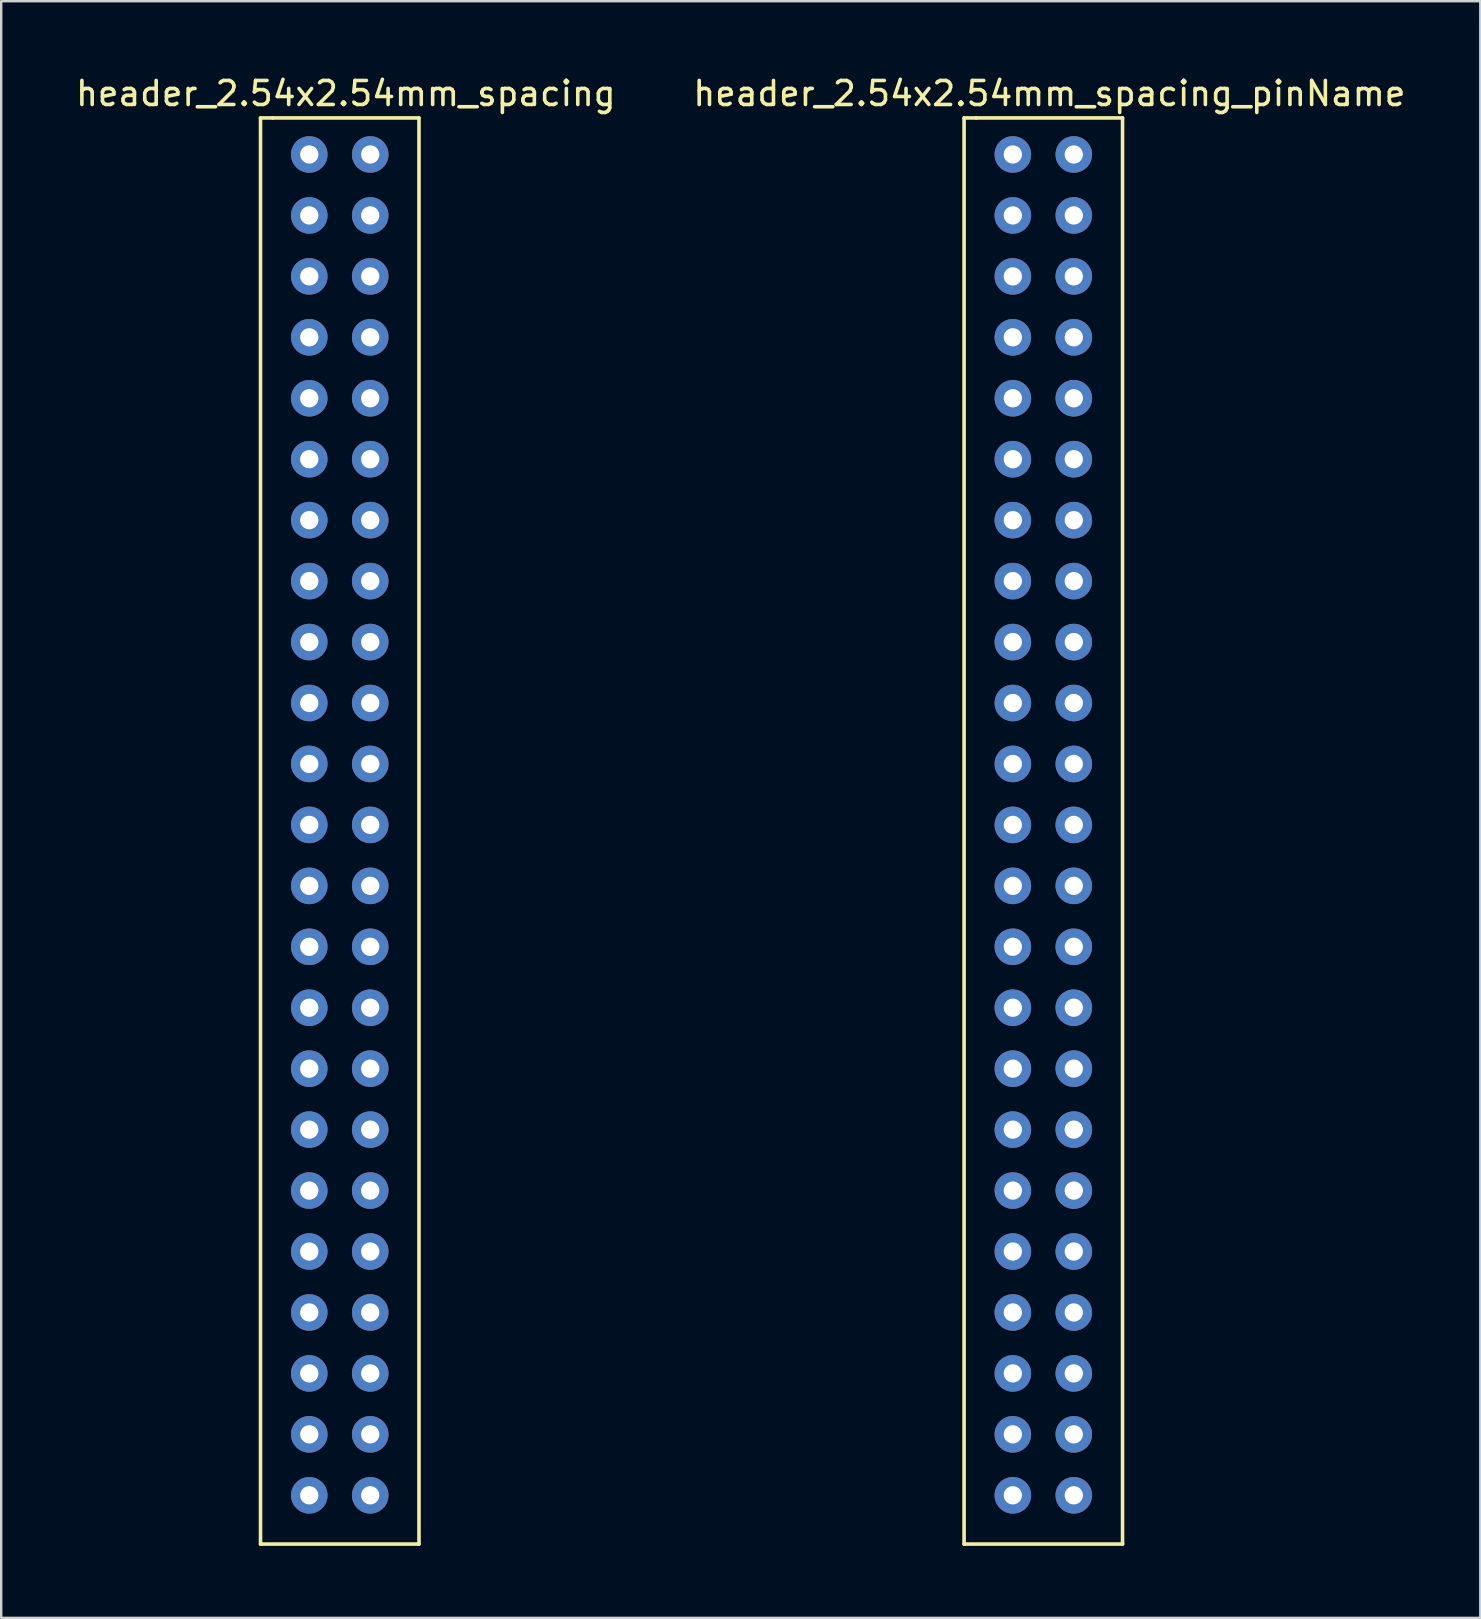
<source format=kicad_pcb>
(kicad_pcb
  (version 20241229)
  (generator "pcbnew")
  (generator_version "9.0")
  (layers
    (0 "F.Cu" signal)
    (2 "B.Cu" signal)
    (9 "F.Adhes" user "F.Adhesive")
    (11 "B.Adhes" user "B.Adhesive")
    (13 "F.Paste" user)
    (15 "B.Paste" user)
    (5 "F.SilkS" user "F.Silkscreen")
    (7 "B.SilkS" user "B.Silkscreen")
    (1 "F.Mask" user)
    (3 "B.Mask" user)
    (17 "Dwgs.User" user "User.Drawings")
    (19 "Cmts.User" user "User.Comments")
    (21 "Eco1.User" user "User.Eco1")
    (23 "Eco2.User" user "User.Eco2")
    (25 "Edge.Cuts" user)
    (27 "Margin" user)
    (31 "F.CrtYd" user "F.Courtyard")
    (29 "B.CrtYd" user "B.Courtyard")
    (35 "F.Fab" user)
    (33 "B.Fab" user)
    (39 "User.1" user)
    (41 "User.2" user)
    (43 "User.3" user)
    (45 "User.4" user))
  (footprint "header_2.54x2.54mm_spacing_pinName"
    (layer "F.Cu")
    (at 39.161 3.388)
    (property "Reference" "header_2.54x2.54mm_spacing_pinName" (at 1.524 -2.54 0) (layer "F.SilkS") (effects (font (size 1 1) (thickness 0.15))))
    (attr through_hole)
    (fp_line (start -2.032 -1.524) (end -1.524 -1.524) (stroke (width 0.15) (type solid)) (layer "F.SilkS"))
    (fp_line (start -2.032 57.912) (end -2.032 -1.524) (stroke (width 0.15) (type solid)) (layer "F.SilkS"))
    (fp_line (start -1.524 -1.524) (end 4.572 -1.524) (stroke (width 0.15) (type solid)) (layer "F.SilkS"))
    (fp_line (start 4.572 -1.524) (end 4.572 57.912) (stroke (width 0.15) (type solid)) (layer "F.SilkS"))
    (fp_line (start 4.572 57.912) (end -2.032 57.912) (stroke (width 0.15) (type solid)) (layer "F.SilkS"))
    (pad "1" thru_hole circle (at 0 0) (size 1.524 1.524) (drill 0.762) (layers "*.Cu" "*.Mask"))
    (pad "2" thru_hole circle (at 2.54 0) (size 1.524 1.524) (drill 0.762) (layers "*.Cu" "*.Mask"))
    (pad "3" thru_hole circle (at 0 2.54 180) (size 1.524 1.524) (drill 0.762) (layers "*.Cu" "*.Mask"))
    (pad "4" thru_hole circle (at 2.54 2.54 180) (size 1.524 1.524) (drill 0.762) (layers "*.Cu" "*.Mask"))
    (pad "5" thru_hole circle (at 0 5.08) (size 1.524 1.524) (drill 0.762) (layers "*.Cu" "*.Mask"))
    (pad "6" thru_hole circle (at 2.54 5.08) (size 1.524 1.524) (drill 0.762) (layers "*.Cu" "*.Mask"))
    (pad "7" thru_hole circle (at 0 7.62 180) (size 1.524 1.524) (drill 0.762) (layers "*.Cu" "*.Mask"))
    (pad "8" thru_hole circle (at 2.54 7.62 180) (size 1.524 1.524) (drill 0.762) (layers "*.Cu" "*.Mask"))
    (pad "9" thru_hole circle (at 0 10.16) (size 1.524 1.524) (drill 0.762) (layers "*.Cu" "*.Mask"))
    (pad "10" thru_hole circle (at 2.54 10.16) (size 1.524 1.524) (drill 0.762) (layers "*.Cu" "*.Mask"))
    (pad "11" thru_hole circle (at 0 12.7 180) (size 1.524 1.524) (drill 0.762) (layers "*.Cu" "*.Mask"))
    (pad "12" thru_hole circle (at 2.54 12.7 180) (size 1.524 1.524) (drill 0.762) (layers "*.Cu" "*.Mask"))
    (pad "13" thru_hole circle (at 0 15.24) (size 1.524 1.524) (drill 0.762) (layers "*.Cu" "*.Mask"))
    (pad "14" thru_hole circle (at 2.54 15.24) (size 1.524 1.524) (drill 0.762) (layers "*.Cu" "*.Mask"))
    (pad "15" thru_hole circle (at 0 17.78 180) (size 1.524 1.524) (drill 0.762) (layers "*.Cu" "*.Mask"))
    (pad "16" thru_hole circle (at 2.54 17.78 180) (size 1.524 1.524) (drill 0.762) (layers "*.Cu" "*.Mask"))
    (pad "17" thru_hole circle (at 0 20.32) (size 1.524 1.524) (drill 0.762) (layers "*.Cu" "*.Mask"))
    (pad "18" thru_hole circle (at 2.54 20.32) (size 1.524 1.524) (drill 0.762) (layers "*.Cu" "*.Mask"))
    (pad "19" thru_hole circle (at 0 22.86 180) (size 1.524 1.524) (drill 0.762) (layers "*.Cu" "*.Mask"))
    (pad "20" thru_hole circle (at 2.54 22.86 180) (size 1.524 1.524) (drill 0.762) (layers "*.Cu" "*.Mask"))
    (pad "21" thru_hole circle (at 0 25.4) (size 1.524 1.524) (drill 0.762) (layers "*.Cu" "*.Mask"))
    (pad "22" thru_hole circle (at 2.54 25.4) (size 1.524 1.524) (drill 0.762) (layers "*.Cu" "*.Mask"))
    (pad "23" thru_hole circle (at 0 27.94 180) (size 1.524 1.524) (drill 0.762) (layers "*.Cu" "*.Mask"))
    (pad "24" thru_hole circle (at 2.54 27.94 180) (size 1.524 1.524) (drill 0.762) (layers "*.Cu" "*.Mask"))
    (pad "25" thru_hole circle (at 0 30.48) (size 1.524 1.524) (drill 0.762) (layers "*.Cu" "*.Mask"))
    (pad "26" thru_hole circle (at 2.54 30.48) (size 1.524 1.524) (drill 0.762) (layers "*.Cu" "*.Mask"))
    (pad "27" thru_hole circle (at 0 33.02 180) (size 1.524 1.524) (drill 0.762) (layers "*.Cu" "*.Mask"))
    (pad "28" thru_hole circle (at 2.54 33.02 180) (size 1.524 1.524) (drill 0.762) (layers "*.Cu" "*.Mask"))
    (pad "29" thru_hole circle (at 0 35.56) (size 1.524 1.524) (drill 0.762) (layers "*.Cu" "*.Mask"))
    (pad "30" thru_hole circle (at 2.54 35.56) (size 1.524 1.524) (drill 0.762) (layers "*.Cu" "*.Mask"))
    (pad "31" thru_hole circle (at 0 38.1 180) (size 1.524 1.524) (drill 0.762) (layers "*.Cu" "*.Mask"))
    (pad "32" thru_hole circle (at 2.54 38.1 180) (size 1.524 1.524) (drill 0.762) (layers "*.Cu" "*.Mask"))
    (pad "33" thru_hole circle (at 0 40.64) (size 1.524 1.524) (drill 0.762) (layers "*.Cu" "*.Mask"))
    (pad "34" thru_hole circle (at 2.54 40.64) (size 1.524 1.524) (drill 0.762) (layers "*.Cu" "*.Mask"))
    (pad "35" thru_hole circle (at 0 43.18 180) (size 1.524 1.524) (drill 0.762) (layers "*.Cu" "*.Mask"))
    (pad "36" thru_hole circle (at 2.54 43.18 180) (size 1.524 1.524) (drill 0.762) (layers "*.Cu" "*.Mask"))
    (pad "37" thru_hole circle (at 0 45.72) (size 1.524 1.524) (drill 0.762) (layers "*.Cu" "*.Mask"))
    (pad "38" thru_hole circle (at 2.54 45.72) (size 1.524 1.524) (drill 0.762) (layers "*.Cu" "*.Mask"))
    (pad "39" thru_hole circle (at 0 48.26 180) (size 1.524 1.524) (drill 0.762) (layers "*.Cu" "*.Mask"))
    (pad "40" thru_hole circle (at 2.54 48.26 180) (size 1.524 1.524) (drill 0.762) (layers "*.Cu" "*.Mask"))
    (pad "41" thru_hole circle (at 0 50.8) (size 1.524 1.524) (drill 0.762) (layers "*.Cu" "*.Mask"))
    (pad "42" thru_hole circle (at 2.54 50.8) (size 1.524 1.524) (drill 0.762) (layers "*.Cu" "*.Mask"))
    (pad "43" thru_hole circle (at 0 53.34 180) (size 1.524 1.524) (drill 0.762) (layers "*.Cu" "*.Mask"))
    (pad "44" thru_hole circle (at 2.54 53.34 180) (size 1.524 1.524) (drill 0.762) (layers "*.Cu" "*.Mask"))
    (pad "45" thru_hole circle (at 0 55.88) (size 1.524 1.524) (drill 0.762) (layers "*.Cu" "*.Mask"))
    (pad "46" thru_hole circle (at 2.54 55.88) (size 1.524 1.524) (drill 0.762) (layers "*.Cu" "*.Mask")))
  (footprint "header_2.54x2.54mm_spacing"
    (layer "F.Cu")
    (at 9.839 3.388)
    (property "Reference" "header_2.54x2.54mm_spacing" (at 1.524 -2.54 0) (layer "F.SilkS") (effects (font (size 1 1) (thickness 0.15))))
    (attr through_hole)
    (fp_line (start -2.032 -1.524) (end -1.524 -1.524) (stroke (width 0.15) (type solid)) (layer "F.SilkS"))
    (fp_line (start -2.032 57.912) (end -2.032 -1.524) (stroke (width 0.15) (type solid)) (layer "F.SilkS"))
    (fp_line (start -1.524 -1.524) (end 4.572 -1.524) (stroke (width 0.15) (type solid)) (layer "F.SilkS"))
    (fp_line (start 4.572 -1.524) (end 4.572 57.912) (stroke (width 0.15) (type solid)) (layer "F.SilkS"))
    (fp_line (start 4.572 57.912) (end -2.032 57.912) (stroke (width 0.15) (type solid)) (layer "F.SilkS"))
    (pad "1" thru_hole circle (at 0 0) (size 1.524 1.524) (drill 0.762) (layers "*.Cu" "*.Mask"))
    (pad "2" thru_hole circle (at 0 2.54) (size 1.524 1.524) (drill 0.762) (layers "*.Cu" "*.Mask"))
    (pad "3" thru_hole circle (at 0 5.08) (size 1.524 1.524) (drill 0.762) (layers "*.Cu" "*.Mask"))
    (pad "4" thru_hole circle (at 0 7.62) (size 1.524 1.524) (drill 0.762) (layers "*.Cu" "*.Mask"))
    (pad "5" thru_hole circle (at 0 10.16) (size 1.524 1.524) (drill 0.762) (layers "*.Cu" "*.Mask"))
    (pad "6" thru_hole circle (at 0 12.7) (size 1.524 1.524) (drill 0.762) (layers "*.Cu" "*.Mask"))
    (pad "7" thru_hole circle (at 0 15.24) (size 1.524 1.524) (drill 0.762) (layers "*.Cu" "*.Mask"))
    (pad "8" thru_hole circle (at 0 17.78) (size 1.524 1.524) (drill 0.762) (layers "*.Cu" "*.Mask"))
    (pad "9" thru_hole circle (at 0 20.32) (size 1.524 1.524) (drill 0.762) (layers "*.Cu" "*.Mask"))
    (pad "10" thru_hole circle (at 0 22.86) (size 1.524 1.524) (drill 0.762) (layers "*.Cu" "*.Mask"))
    (pad "11" thru_hole circle (at 0 25.4) (size 1.524 1.524) (drill 0.762) (layers "*.Cu" "*.Mask"))
    (pad "12" thru_hole circle (at 0 27.94) (size 1.524 1.524) (drill 0.762) (layers "*.Cu" "*.Mask"))
    (pad "13" thru_hole circle (at 0 30.48) (size 1.524 1.524) (drill 0.762) (layers "*.Cu" "*.Mask"))
    (pad "14" thru_hole circle (at 0 33.02) (size 1.524 1.524) (drill 0.762) (layers "*.Cu" "*.Mask"))
    (pad "15" thru_hole circle (at 0 35.56) (size 1.524 1.524) (drill 0.762) (layers "*.Cu" "*.Mask"))
    (pad "16" thru_hole circle (at 0 38.1) (size 1.524 1.524) (drill 0.762) (layers "*.Cu" "*.Mask"))
    (pad "17" thru_hole circle (at 0 40.64) (size 1.524 1.524) (drill 0.762) (layers "*.Cu" "*.Mask"))
    (pad "18" thru_hole circle (at 0 43.18) (size 1.524 1.524) (drill 0.762) (layers "*.Cu" "*.Mask"))
    (pad "19" thru_hole circle (at 0 45.72) (size 1.524 1.524) (drill 0.762) (layers "*.Cu" "*.Mask"))
    (pad "20" thru_hole circle (at 0 48.26) (size 1.524 1.524) (drill 0.762) (layers "*.Cu" "*.Mask"))
    (pad "21" thru_hole circle (at 0 50.8) (size 1.524 1.524) (drill 0.762) (layers "*.Cu" "*.Mask"))
    (pad "22" thru_hole circle (at 0 53.34) (size 1.524 1.524) (drill 0.762) (layers "*.Cu" "*.Mask"))
    (pad "23" thru_hole circle (at 0 55.88) (size 1.524 1.524) (drill 0.762) (layers "*.Cu" "*.Mask"))
    (pad "24" thru_hole circle (at 2.54 55.88) (size 1.524 1.524) (drill 0.762) (layers "*.Cu" "*.Mask"))
    (pad "25" thru_hole circle (at 2.54 53.34) (size 1.524 1.524) (drill 0.762) (layers "*.Cu" "*.Mask"))
    (pad "26" thru_hole circle (at 2.54 50.8) (size 1.524 1.524) (drill 0.762) (layers "*.Cu" "*.Mask"))
    (pad "27" thru_hole circle (at 2.54 48.26) (size 1.524 1.524) (drill 0.762) (layers "*.Cu" "*.Mask"))
    (pad "28" thru_hole circle (at 2.54 45.72) (size 1.524 1.524) (drill 0.762) (layers "*.Cu" "*.Mask"))
    (pad "29" thru_hole circle (at 2.54 43.18) (size 1.524 1.524) (drill 0.762) (layers "*.Cu" "*.Mask"))
    (pad "30" thru_hole circle (at 2.54 40.64) (size 1.524 1.524) (drill 0.762) (layers "*.Cu" "*.Mask"))
    (pad "31" thru_hole circle (at 2.54 38.1) (size 1.524 1.524) (drill 0.762) (layers "*.Cu" "*.Mask"))
    (pad "32" thru_hole circle (at 2.54 35.56) (size 1.524 1.524) (drill 0.762) (layers "*.Cu" "*.Mask"))
    (pad "33" thru_hole circle (at 2.54 33.02) (size 1.524 1.524) (drill 0.762) (layers "*.Cu" "*.Mask"))
    (pad "34" thru_hole circle (at 2.54 30.48) (size 1.524 1.524) (drill 0.762) (layers "*.Cu" "*.Mask"))
    (pad "35" thru_hole circle (at 2.54 27.94) (size 1.524 1.524) (drill 0.762) (layers "*.Cu" "*.Mask"))
    (pad "36" thru_hole circle (at 2.54 25.4) (size 1.524 1.524) (drill 0.762) (layers "*.Cu" "*.Mask"))
    (pad "37" thru_hole circle (at 2.54 22.86) (size 1.524 1.524) (drill 0.762) (layers "*.Cu" "*.Mask"))
    (pad "38" thru_hole circle (at 2.54 20.32) (size 1.524 1.524) (drill 0.762) (layers "*.Cu" "*.Mask"))
    (pad "39" thru_hole circle (at 2.54 17.78) (size 1.524 1.524) (drill 0.762) (layers "*.Cu" "*.Mask"))
    (pad "40" thru_hole circle (at 2.54 15.24) (size 1.524 1.524) (drill 0.762) (layers "*.Cu" "*.Mask"))
    (pad "41" thru_hole circle (at 2.54 12.7) (size 1.524 1.524) (drill 0.762) (layers "*.Cu" "*.Mask"))
    (pad "42" thru_hole circle (at 2.54 10.16) (size 1.524 1.524) (drill 0.762) (layers "*.Cu" "*.Mask"))
    (pad "43" thru_hole circle (at 2.54 7.62) (size 1.524 1.524) (drill 0.762) (layers "*.Cu" "*.Mask"))
    (pad "44" thru_hole circle (at 2.54 5.08) (size 1.524 1.524) (drill 0.762) (layers "*.Cu" "*.Mask"))
    (pad "45" thru_hole circle (at 2.54 2.54) (size 1.524 1.524) (drill 0.762) (layers "*.Cu" "*.Mask"))
    (pad "46" thru_hole circle (at 2.54 0) (size 1.524 1.524) (drill 0.762) (layers "*.Cu" "*.Mask")))
  (gr_rect
    (start -3 -3)
    (end 58.643 64.375)
    (stroke (width 0.1) (type default))
    (fill no)
    (layer "Edge.Cuts")))
</source>
